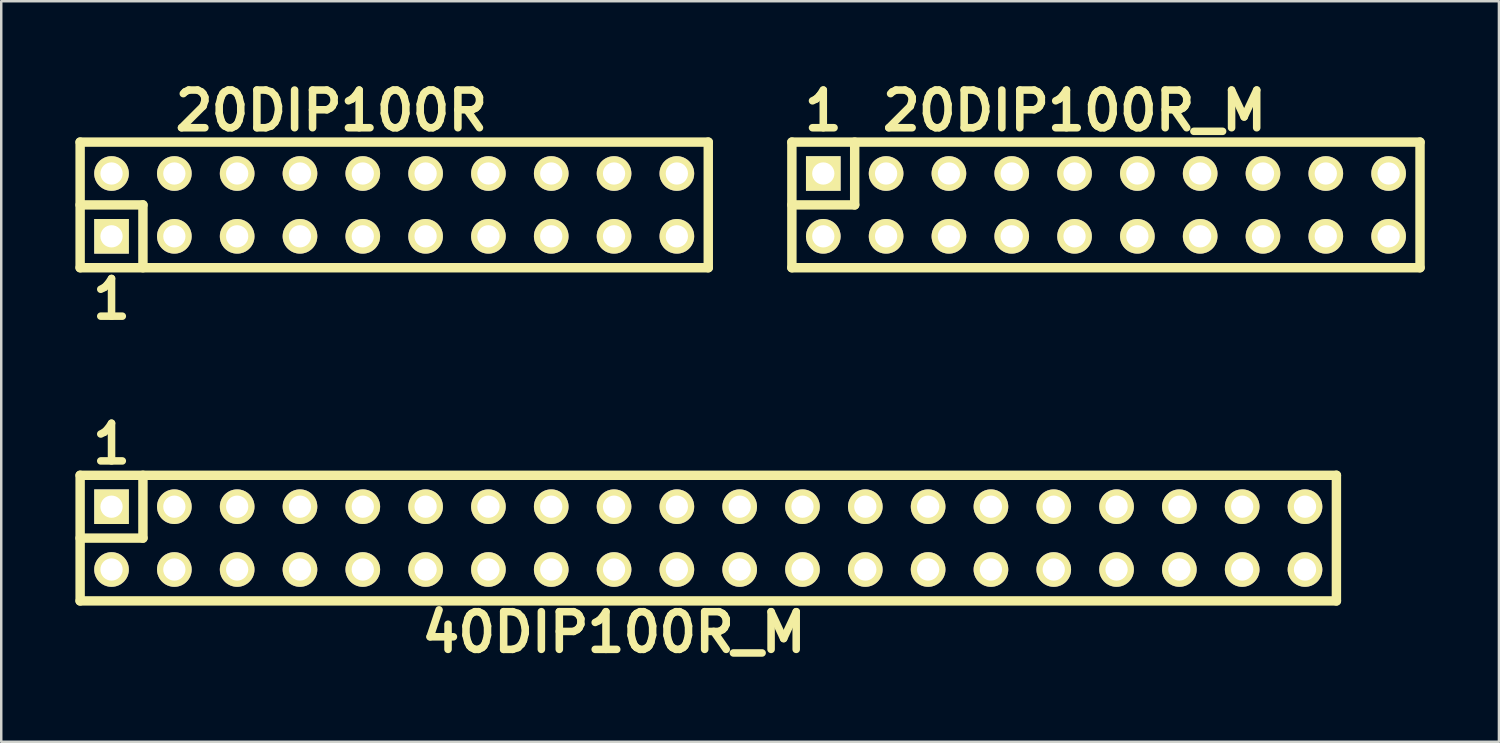
<source format=kicad_pcb>
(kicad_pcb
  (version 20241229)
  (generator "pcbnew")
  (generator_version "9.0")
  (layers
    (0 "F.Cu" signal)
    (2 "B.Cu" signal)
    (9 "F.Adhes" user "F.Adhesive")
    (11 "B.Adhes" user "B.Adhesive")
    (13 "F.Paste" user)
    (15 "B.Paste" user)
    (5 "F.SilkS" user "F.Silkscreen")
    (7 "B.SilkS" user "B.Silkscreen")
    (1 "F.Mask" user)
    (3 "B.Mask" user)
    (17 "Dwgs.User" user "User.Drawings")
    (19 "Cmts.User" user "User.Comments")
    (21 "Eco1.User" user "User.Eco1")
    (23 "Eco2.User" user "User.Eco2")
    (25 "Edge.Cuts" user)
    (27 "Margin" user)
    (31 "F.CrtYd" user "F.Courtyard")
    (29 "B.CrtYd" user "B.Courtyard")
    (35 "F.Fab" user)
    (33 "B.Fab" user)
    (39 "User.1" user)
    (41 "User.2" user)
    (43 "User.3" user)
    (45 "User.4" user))
  (footprint "20DIP100R"
    (layer "F.Cu")
    (at 1.46 6.506)
    (property "Reference" "20DIP100R" (at 8.89 -5.08 0) (layer "F.SilkS") (effects (font (size 1.524 1.524) (thickness 0.305))))
    (attr through_hole)
    (fp_line (start -1.27 -3.81) (end -1.27 1.27) (stroke (width 0.381) (type solid)) (layer "F.SilkS"))
    (fp_line (start -1.27 -1.27) (end 1.27 -1.27) (stroke (width 0.381) (type solid)) (layer "F.SilkS"))
    (fp_line (start -1.27 1.27) (end 24.13 1.27) (stroke (width 0.381) (type solid)) (layer "F.SilkS"))
    (fp_line (start 1.27 -1.27) (end 1.27 1.27) (stroke (width 0.381) (type solid)) (layer "F.SilkS"))
    (fp_line (start 24.13 -3.81) (end -1.27 -3.81) (stroke (width 0.381) (type solid)) (layer "F.SilkS"))
    (fp_line (start 24.13 -3.81) (end 24.13 1.27) (stroke (width 0.381) (type solid)) (layer "F.SilkS"))
    (fp_text user "1" (at 0 2.54 0) (layer "F.SilkS") (effects (font (size 1.524 1.524) (thickness 0.305))))
    (pad "1" thru_hole rect (at 0 0) (size 1.4 1.4) (drill 0.899) (layers "*.Cu" "*.Mask" "F.SilkS"))
    (pad "2" thru_hole circle (at 0 -2.54) (size 1.4 1.4) (drill 0.899) (layers "*.Cu" "*.Mask" "F.SilkS"))
    (pad "3" thru_hole circle (at 2.54 0) (size 1.4 1.4) (drill 0.899) (layers "*.Cu" "*.Mask" "F.SilkS"))
    (pad "4" thru_hole circle (at 2.54 -2.54) (size 1.4 1.4) (drill 0.899) (layers "*.Cu" "*.Mask" "F.SilkS"))
    (pad "5" thru_hole circle (at 5.08 0) (size 1.4 1.4) (drill 0.899) (layers "*.Cu" "*.Mask" "F.SilkS"))
    (pad "6" thru_hole circle (at 5.08 -2.54) (size 1.4 1.4) (drill 0.899) (layers "*.Cu" "*.Mask" "F.SilkS"))
    (pad "7" thru_hole circle (at 7.62 0) (size 1.4 1.4) (drill 0.899) (layers "*.Cu" "*.Mask" "F.SilkS"))
    (pad "8" thru_hole circle (at 7.62 -2.54) (size 1.4 1.4) (drill 0.899) (layers "*.Cu" "*.Mask" "F.SilkS"))
    (pad "9" thru_hole circle (at 10.16 0) (size 1.4 1.4) (drill 0.899) (layers "*.Cu" "*.Mask" "F.SilkS"))
    (pad "10" thru_hole circle (at 10.16 -2.54) (size 1.4 1.4) (drill 0.899) (layers "*.Cu" "*.Mask" "F.SilkS"))
    (pad "11" thru_hole circle (at 12.7 0) (size 1.4 1.4) (drill 0.899) (layers "*.Cu" "*.Mask" "F.SilkS"))
    (pad "12" thru_hole circle (at 12.7 -2.54) (size 1.4 1.4) (drill 0.899) (layers "*.Cu" "*.Mask" "F.SilkS"))
    (pad "13" thru_hole circle (at 15.24 0) (size 1.4 1.4) (drill 0.899) (layers "*.Cu" "*.Mask" "F.SilkS"))
    (pad "14" thru_hole circle (at 15.24 -2.54) (size 1.4 1.4) (drill 0.899) (layers "*.Cu" "*.Mask" "F.SilkS"))
    (pad "15" thru_hole circle (at 17.78 0) (size 1.4 1.4) (drill 0.899) (layers "*.Cu" "*.Mask" "F.SilkS"))
    (pad "16" thru_hole circle (at 17.78 -2.54) (size 1.4 1.4) (drill 0.899) (layers "*.Cu" "*.Mask" "F.SilkS"))
    (pad "17" thru_hole circle (at 20.32 0) (size 1.4 1.4) (drill 0.899) (layers "*.Cu" "*.Mask" "F.SilkS"))
    (pad "18" thru_hole circle (at 20.32 -2.54) (size 1.4 1.4) (drill 0.899) (layers "*.Cu" "*.Mask" "F.SilkS"))
    (pad "19" thru_hole circle (at 22.86 0) (size 1.4 1.4) (drill 0.899) (layers "*.Cu" "*.Mask" "F.SilkS"))
    (pad "20" thru_hole circle (at 22.86 -2.54) (size 1.4 1.4) (drill 0.899) (layers "*.Cu" "*.Mask" "F.SilkS")))
  (footprint "40DIP100R_M"
    (layer "F.Cu")
    (at 1.46 17.439)
    (property "Reference" "40DIP100R_M" (at 20.32 5.08 0) (layer "F.SilkS") (effects (font (size 1.524 1.524) (thickness 0.305))))
    (attr through_hole)
    (fp_line (start -1.27 -1.27) (end 49.53 -1.27) (stroke (width 0.381) (type solid)) (layer "F.SilkS"))
    (fp_line (start -1.27 1.27) (end 1.27 1.27) (stroke (width 0.381) (type solid)) (layer "F.SilkS"))
    (fp_line (start -1.27 3.81) (end -1.27 -1.27) (stroke (width 0.381) (type solid)) (layer "F.SilkS"))
    (fp_line (start 1.27 1.27) (end 1.27 -1.27) (stroke (width 0.381) (type solid)) (layer "F.SilkS"))
    (fp_line (start 49.53 -1.27) (end 49.53 3.81) (stroke (width 0.381) (type solid)) (layer "F.SilkS"))
    (fp_line (start 49.53 3.81) (end -1.27 3.81) (stroke (width 0.381) (type solid)) (layer "F.SilkS"))
    (fp_text user "1" (at 0 -2.54 0) (layer "F.SilkS") (effects (font (size 1.524 1.524) (thickness 0.305))))
    (pad "1" thru_hole rect (at 0 0) (size 1.4 1.4) (drill 0.899) (layers "*.Cu" "*.Mask" "F.SilkS"))
    (pad "2" thru_hole circle (at 0 2.54) (size 1.4 1.4) (drill 0.899) (layers "*.Cu" "*.Mask" "F.SilkS"))
    (pad "3" thru_hole circle (at 2.54 0) (size 1.4 1.4) (drill 0.899) (layers "*.Cu" "*.Mask" "F.SilkS"))
    (pad "4" thru_hole circle (at 2.54 2.54) (size 1.4 1.4) (drill 0.899) (layers "*.Cu" "*.Mask" "F.SilkS"))
    (pad "5" thru_hole circle (at 5.08 0) (size 1.4 1.4) (drill 0.899) (layers "*.Cu" "*.Mask" "F.SilkS"))
    (pad "6" thru_hole circle (at 5.08 2.54) (size 1.4 1.4) (drill 0.899) (layers "*.Cu" "*.Mask" "F.SilkS"))
    (pad "7" thru_hole circle (at 7.62 0) (size 1.4 1.4) (drill 0.899) (layers "*.Cu" "*.Mask" "F.SilkS"))
    (pad "8" thru_hole circle (at 7.62 2.54) (size 1.4 1.4) (drill 0.899) (layers "*.Cu" "*.Mask" "F.SilkS"))
    (pad "9" thru_hole circle (at 10.16 0) (size 1.4 1.4) (drill 0.899) (layers "*.Cu" "*.Mask" "F.SilkS"))
    (pad "10" thru_hole circle (at 10.16 2.54) (size 1.4 1.4) (drill 0.899) (layers "*.Cu" "*.Mask" "F.SilkS"))
    (pad "11" thru_hole circle (at 12.7 0) (size 1.4 1.4) (drill 0.899) (layers "*.Cu" "*.Mask" "F.SilkS"))
    (pad "12" thru_hole circle (at 12.7 2.54) (size 1.4 1.4) (drill 0.899) (layers "*.Cu" "*.Mask" "F.SilkS"))
    (pad "13" thru_hole circle (at 15.24 0) (size 1.4 1.4) (drill 0.899) (layers "*.Cu" "*.Mask" "F.SilkS"))
    (pad "14" thru_hole circle (at 15.24 2.54) (size 1.4 1.4) (drill 0.899) (layers "*.Cu" "*.Mask" "F.SilkS"))
    (pad "15" thru_hole circle (at 17.78 0) (size 1.4 1.4) (drill 0.899) (layers "*.Cu" "*.Mask" "F.SilkS"))
    (pad "16" thru_hole circle (at 17.78 2.54) (size 1.4 1.4) (drill 0.899) (layers "*.Cu" "*.Mask" "F.SilkS"))
    (pad "17" thru_hole circle (at 20.32 0) (size 1.4 1.4) (drill 0.899) (layers "*.Cu" "*.Mask" "F.SilkS"))
    (pad "18" thru_hole circle (at 20.32 2.54) (size 1.4 1.4) (drill 0.899) (layers "*.Cu" "*.Mask" "F.SilkS"))
    (pad "19" thru_hole circle (at 22.86 0) (size 1.4 1.4) (drill 0.899) (layers "*.Cu" "*.Mask" "F.SilkS"))
    (pad "20" thru_hole circle (at 22.86 2.54) (size 1.4 1.4) (drill 0.899) (layers "*.Cu" "*.Mask" "F.SilkS"))
    (pad "21" thru_hole circle (at 25.4 0) (size 1.4 1.4) (drill 0.899) (layers "*.Cu" "*.Mask" "F.SilkS"))
    (pad "22" thru_hole circle (at 25.4 2.54) (size 1.4 1.4) (drill 0.899) (layers "*.Cu" "*.Mask" "F.SilkS"))
    (pad "23" thru_hole circle (at 27.94 0) (size 1.4 1.4) (drill 0.899) (layers "*.Cu" "*.Mask" "F.SilkS"))
    (pad "24" thru_hole circle (at 27.94 2.54) (size 1.4 1.4) (drill 0.899) (layers "*.Cu" "*.Mask" "F.SilkS"))
    (pad "25" thru_hole circle (at 30.48 0) (size 1.4 1.4) (drill 0.899) (layers "*.Cu" "*.Mask" "F.SilkS"))
    (pad "26" thru_hole circle (at 30.48 2.54) (size 1.4 1.4) (drill 0.899) (layers "*.Cu" "*.Mask" "F.SilkS"))
    (pad "27" thru_hole circle (at 33.02 0) (size 1.4 1.4) (drill 0.899) (layers "*.Cu" "*.Mask" "F.SilkS"))
    (pad "28" thru_hole circle (at 33.02 2.54) (size 1.4 1.4) (drill 0.899) (layers "*.Cu" "*.Mask" "F.SilkS"))
    (pad "29" thru_hole circle (at 35.56 0) (size 1.4 1.4) (drill 0.899) (layers "*.Cu" "*.Mask" "F.SilkS"))
    (pad "30" thru_hole circle (at 35.56 2.54) (size 1.4 1.4) (drill 0.899) (layers "*.Cu" "*.Mask" "F.SilkS"))
    (pad "31" thru_hole circle (at 38.1 0) (size 1.4 1.4) (drill 0.899) (layers "*.Cu" "*.Mask" "F.SilkS"))
    (pad "32" thru_hole circle (at 38.1 2.54) (size 1.4 1.4) (drill 0.899) (layers "*.Cu" "*.Mask" "F.SilkS"))
    (pad "33" thru_hole circle (at 40.64 0) (size 1.4 1.4) (drill 0.899) (layers "*.Cu" "*.Mask" "F.SilkS"))
    (pad "34" thru_hole circle (at 40.64 2.54) (size 1.4 1.4) (drill 0.899) (layers "*.Cu" "*.Mask" "F.SilkS"))
    (pad "35" thru_hole circle (at 43.18 0) (size 1.4 1.4) (drill 0.899) (layers "*.Cu" "*.Mask" "F.SilkS"))
    (pad "36" thru_hole circle (at 43.18 2.54) (size 1.4 1.4) (drill 0.899) (layers "*.Cu" "*.Mask" "F.SilkS"))
    (pad "37" thru_hole circle (at 45.72 0) (size 1.4 1.4) (drill 0.899) (layers "*.Cu" "*.Mask" "F.SilkS"))
    (pad "38" thru_hole circle (at 45.72 2.54) (size 1.4 1.4) (drill 0.899) (layers "*.Cu" "*.Mask" "F.SilkS"))
    (pad "39" thru_hole circle (at 48.26 0) (size 1.4 1.4) (drill 0.899) (layers "*.Cu" "*.Mask" "F.SilkS"))
    (pad "40" thru_hole circle (at 48.26 2.54) (size 1.4 1.4) (drill 0.899) (layers "*.Cu" "*.Mask" "F.SilkS")))
  (footprint "20DIP100R_M"
    (layer "F.Cu")
    (at 30.241 3.966)
    (property "Reference" "20DIP100R_M" (at 10.16 -2.54 0) (layer "F.SilkS") (effects (font (size 1.524 1.524) (thickness 0.305))))
    (attr through_hole)
    (fp_line (start -1.27 -1.27) (end -1.27 3.81) (stroke (width 0.381) (type solid)) (layer "F.SilkS"))
    (fp_line (start -1.27 -1.27) (end 24.13 -1.27) (stroke (width 0.381) (type solid)) (layer "F.SilkS"))
    (fp_line (start -1.27 1.27) (end 1.27 1.27) (stroke (width 0.381) (type solid)) (layer "F.SilkS"))
    (fp_line (start 1.27 -1.27) (end 1.27 1.27) (stroke (width 0.381) (type solid)) (layer "F.SilkS"))
    (fp_line (start 24.13 -1.27) (end 24.13 3.81) (stroke (width 0.381) (type solid)) (layer "F.SilkS"))
    (fp_line (start 24.13 3.81) (end -1.27 3.81) (stroke (width 0.381) (type solid)) (layer "F.SilkS"))
    (fp_text user "1" (at 0 -2.54 0) (layer "F.SilkS") (effects (font (size 1.524 1.524) (thickness 0.305))))
    (pad "1" thru_hole rect (at 0 0) (size 1.4 1.4) (drill 0.899) (layers "*.Cu" "*.Mask" "F.SilkS"))
    (pad "2" thru_hole circle (at 0 2.54) (size 1.4 1.4) (drill 0.899) (layers "*.Cu" "*.Mask" "F.SilkS"))
    (pad "3" thru_hole circle (at 2.54 0) (size 1.4 1.4) (drill 0.899) (layers "*.Cu" "*.Mask" "F.SilkS"))
    (pad "4" thru_hole circle (at 2.54 2.54) (size 1.4 1.4) (drill 0.899) (layers "*.Cu" "*.Mask" "F.SilkS"))
    (pad "5" thru_hole circle (at 5.08 0) (size 1.4 1.4) (drill 0.899) (layers "*.Cu" "*.Mask" "F.SilkS"))
    (pad "6" thru_hole circle (at 5.08 2.54) (size 1.4 1.4) (drill 0.899) (layers "*.Cu" "*.Mask" "F.SilkS"))
    (pad "7" thru_hole circle (at 7.62 0) (size 1.4 1.4) (drill 0.899) (layers "*.Cu" "*.Mask" "F.SilkS"))
    (pad "8" thru_hole circle (at 7.62 2.54) (size 1.4 1.4) (drill 0.899) (layers "*.Cu" "*.Mask" "F.SilkS"))
    (pad "9" thru_hole circle (at 10.16 0) (size 1.4 1.4) (drill 0.899) (layers "*.Cu" "*.Mask" "F.SilkS"))
    (pad "10" thru_hole circle (at 10.16 2.54) (size 1.4 1.4) (drill 0.899) (layers "*.Cu" "*.Mask" "F.SilkS"))
    (pad "11" thru_hole circle (at 12.7 0) (size 1.4 1.4) (drill 0.899) (layers "*.Cu" "*.Mask" "F.SilkS"))
    (pad "12" thru_hole circle (at 12.7 2.54) (size 1.4 1.4) (drill 0.899) (layers "*.Cu" "*.Mask" "F.SilkS"))
    (pad "13" thru_hole circle (at 15.24 0) (size 1.4 1.4) (drill 0.899) (layers "*.Cu" "*.Mask" "F.SilkS"))
    (pad "14" thru_hole circle (at 15.24 2.54) (size 1.4 1.4) (drill 0.899) (layers "*.Cu" "*.Mask" "F.SilkS"))
    (pad "15" thru_hole circle (at 17.78 0) (size 1.4 1.4) (drill 0.899) (layers "*.Cu" "*.Mask" "F.SilkS"))
    (pad "16" thru_hole circle (at 17.78 2.54) (size 1.4 1.4) (drill 0.899) (layers "*.Cu" "*.Mask" "F.SilkS"))
    (pad "17" thru_hole circle (at 20.32 0) (size 1.4 1.4) (drill 0.899) (layers "*.Cu" "*.Mask" "F.SilkS"))
    (pad "18" thru_hole circle (at 20.32 2.54) (size 1.4 1.4) (drill 0.899) (layers "*.Cu" "*.Mask" "F.SilkS"))
    (pad "19" thru_hole circle (at 22.86 0) (size 1.4 1.4) (drill 0.899) (layers "*.Cu" "*.Mask" "F.SilkS"))
    (pad "20" thru_hole circle (at 22.86 2.54) (size 1.4 1.4) (drill 0.899) (layers "*.Cu" "*.Mask" "F.SilkS")))
  (gr_rect
    (start -3 -3)
    (end 57.562 26.946)
    (stroke (width 0.1) (type default))
    (fill no)
    (layer "Edge.Cuts")))
</source>
